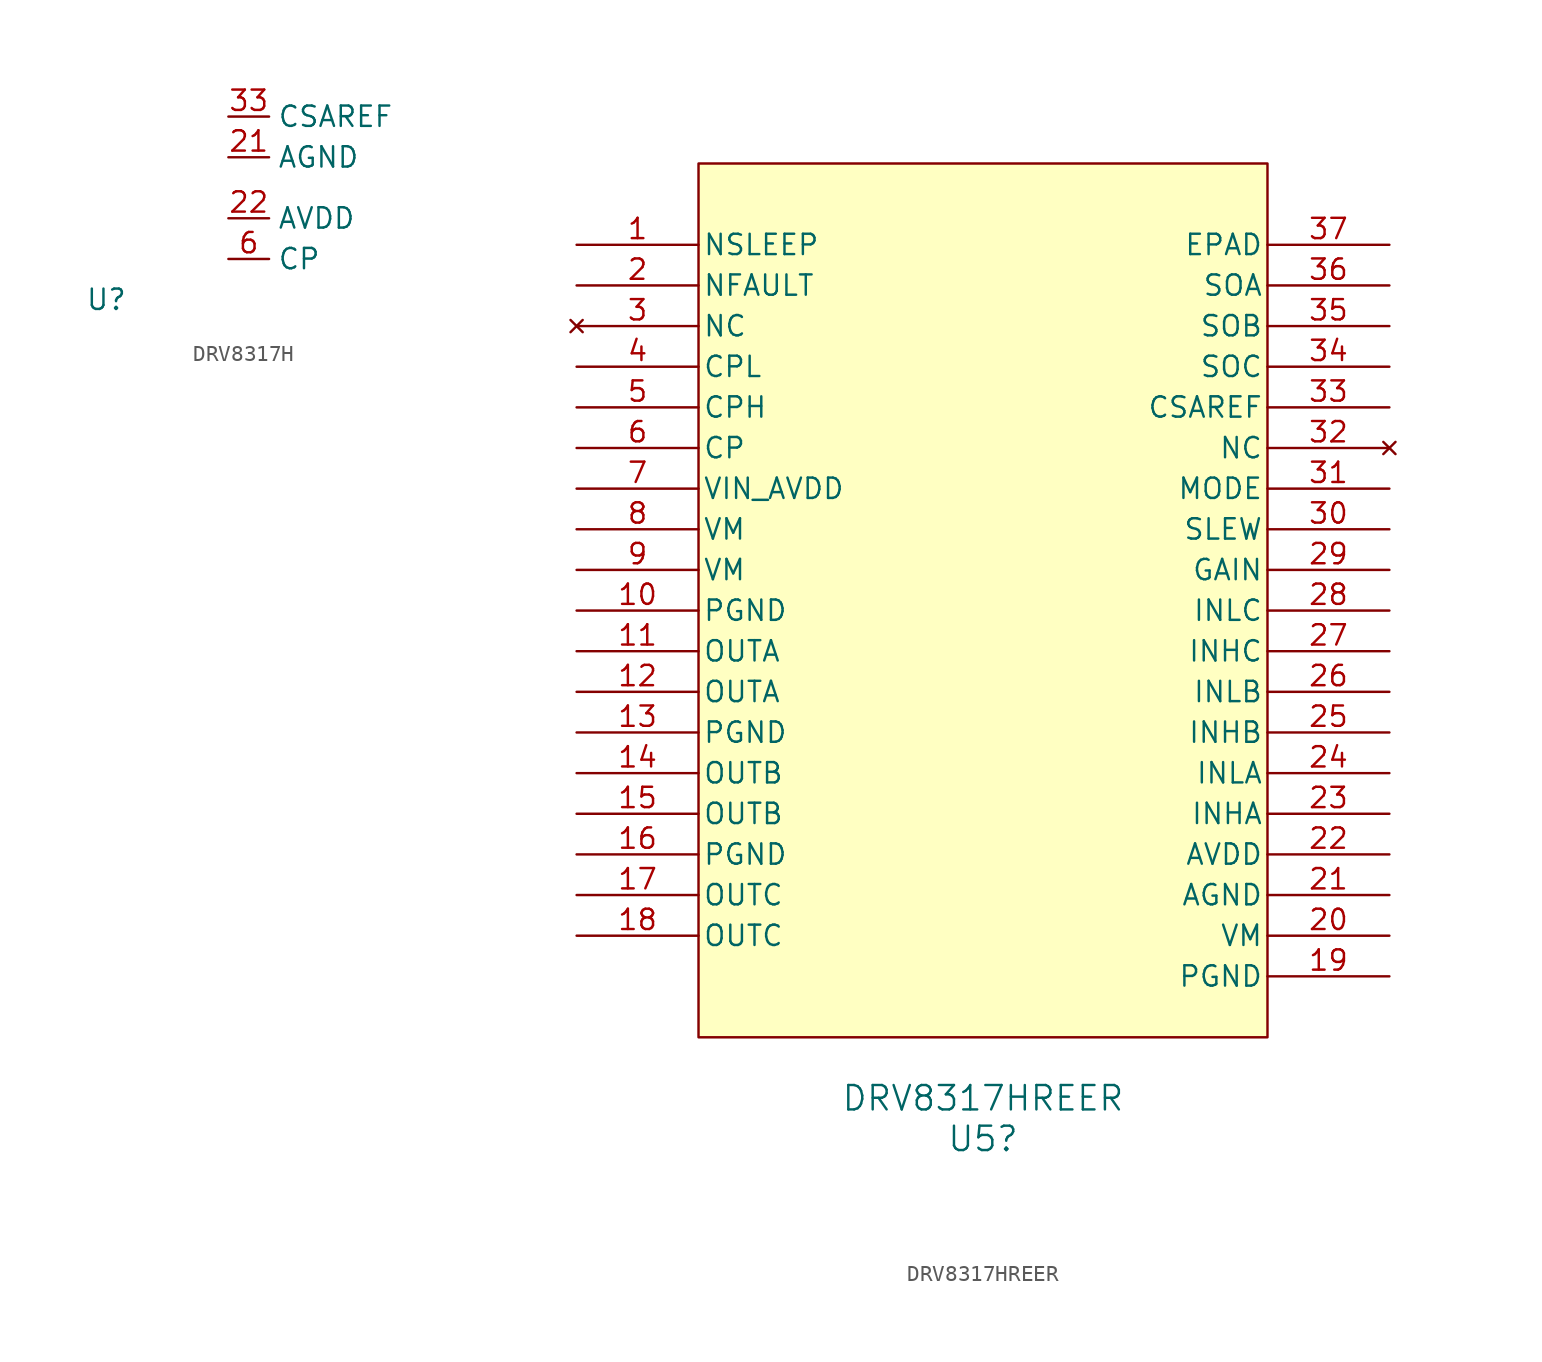
<source format=kicad_sym>
(kicad_symbol_lib
  (version 20241209)
  (generator "kicad_symbol_editor")
  (generator_version "9.0")
  (symbol "DRV8317H"
    (property "Reference" "U"
      (at 0 0 0)
      (effects (font (size 1.27 1.27))))
    (property "Value" ""
      (at 0 0 0)
      (effects (font (size 1.27 1.27))))
    (symbol "DRV8317H_1_1"
      (pin input line (at 7.62 11.43 0) (length 2.54) (name "CSAREF" (effects (font (size 1.27 1.27)))) (number "33" (effects (font (size 1.27 1.27)))))
      (pin unspecified line (at 7.62 8.89 0) (length 2.54) (name "AGND" (effects (font (size 1.27 1.27)))) (number "21" (effects (font (size 1.27 1.27)))))
      (pin output line (at 7.62 5.08 0) (length 2.54) (name "AVDD" (effects (font (size 1.27 1.27)))) (number "22" (effects (font (size 1.27 1.27)))))
      (pin output line (at 7.62 2.54 0) (length 2.54) (name "CP" (effects (font (size 1.27 1.27)))) (number "6" (effects (font (size 1.27 1.27)))))))
  (symbol "DRV8317HREER"
    (pin_names
      (offset 0.254))
    (property "Reference" "U5"
      (at 25.4 -55.88 0)
      (effects (font (size 1.524 1.524))))
    (property "Value" "DRV8317HREER"
      (at 25.4 -53.34 0)
      (effects (font (size 1.524 1.524))))
    (property "ki_locked" ""
      (at 0 0 0)
      (effects (font (size 1.27 1.27))))
    (symbol "DRV8317HREER_0_1"
      (pin input line (at 0 0 0) (length 7.62) (name "NSLEEP" (effects (font (size 1.27 1.27)))) (number "1" (effects (font (size 1.27 1.27)))))
      (pin output line (at 0 -2.54 0) (length 7.62) (name "NFAULT" (effects (font (size 1.27 1.27)))) (number "2" (effects (font (size 1.27 1.27)))))
      (pin no_connect line (at 0 -5.08 0) (length 7.62) (name "NC" (effects (font (size 1.27 1.27)))) (number "3" (effects (font (size 1.27 1.27)))))
      (pin unspecified line (at 0 -7.62 0) (length 7.62) (name "CPL" (effects (font (size 1.27 1.27)))) (number "4" (effects (font (size 1.27 1.27)))))
      (pin unspecified line (at 0 -10.16 0) (length 7.62) (name "CPH" (effects (font (size 1.27 1.27)))) (number "5" (effects (font (size 1.27 1.27)))))
      (pin unspecified line (at 0 -12.7 0) (length 7.62) (name "CP" (effects (font (size 1.27 1.27)))) (number "6" (effects (font (size 1.27 1.27)))))
      (pin output line (at 0 -25.4 0) (length 7.62) (name "OUTA" (effects (font (size 1.27 1.27)))) (number "11" (effects (font (size 1.27 1.27)))))
      (pin output line (at 0 -27.94 0) (length 7.62) (name "OUTA" (effects (font (size 1.27 1.27)))) (number "12" (effects (font (size 1.27 1.27)))))
      (pin output line (at 0 -33.02 0) (length 7.62) (name "OUTB" (effects (font (size 1.27 1.27)))) (number "14" (effects (font (size 1.27 1.27)))))
      (pin output line (at 0 -35.56 0) (length 7.62) (name "OUTB" (effects (font (size 1.27 1.27)))) (number "15" (effects (font (size 1.27 1.27)))))
      (pin output line (at 0 -40.64 0) (length 7.62) (name "OUTC" (effects (font (size 1.27 1.27)))) (number "17" (effects (font (size 1.27 1.27)))))
      (pin output line (at 0 -43.18 0) (length 7.62) (name "OUTC" (effects (font (size 1.27 1.27)))) (number "18" (effects (font (size 1.27 1.27)))))
      (pin output line (at 50.8 -2.54 180) (length 7.62) (name "SOA" (effects (font (size 1.27 1.27)))) (number "36" (effects (font (size 1.27 1.27)))))
      (pin output line (at 50.8 -5.08 180) (length 7.62) (name "SOB" (effects (font (size 1.27 1.27)))) (number "35" (effects (font (size 1.27 1.27)))))
      (pin output line (at 50.8 -7.62 180) (length 7.62) (name "SOC" (effects (font (size 1.27 1.27)))) (number "34" (effects (font (size 1.27 1.27)))))
      (pin unspecified line (at 50.8 -10.16 180) (length 7.62) (name "CSAREF" (effects (font (size 1.27 1.27)))) (number "33" (effects (font (size 1.27 1.27)))))
      (pin no_connect line (at 50.8 -12.7 180) (length 7.62) (name "NC" (effects (font (size 1.27 1.27)))) (number "32" (effects (font (size 1.27 1.27)))))
      (pin input line (at 50.8 -15.24 180) (length 7.62) (name "MODE" (effects (font (size 1.27 1.27)))) (number "31" (effects (font (size 1.27 1.27)))))
      (pin input line (at 50.8 -17.78 180) (length 7.62) (name "SLEW" (effects (font (size 1.27 1.27)))) (number "30" (effects (font (size 1.27 1.27)))))
      (pin input line (at 50.8 -20.32 180) (length 7.62) (name "GAIN" (effects (font (size 1.27 1.27)))) (number "29" (effects (font (size 1.27 1.27)))))
      (pin input line (at 50.8 -22.86 180) (length 7.62) (name "INLC" (effects (font (size 1.27 1.27)))) (number "28" (effects (font (size 1.27 1.27)))))
      (pin input line (at 50.8 -25.4 180) (length 7.62) (name "INHC" (effects (font (size 1.27 1.27)))) (number "27" (effects (font (size 1.27 1.27)))))
      (pin input line (at 50.8 -27.94 180) (length 7.62) (name "INLB" (effects (font (size 1.27 1.27)))) (number "26" (effects (font (size 1.27 1.27)))))
      (pin input line (at 50.8 -30.48 180) (length 7.62) (name "INHB" (effects (font (size 1.27 1.27)))) (number "25" (effects (font (size 1.27 1.27)))))
      (pin input line (at 50.8 -33.02 180) (length 7.62) (name "INLA" (effects (font (size 1.27 1.27)))) (number "24" (effects (font (size 1.27 1.27)))))
      (pin input line (at 50.8 -35.56 180) (length 7.62) (name "INHA" (effects (font (size 1.27 1.27)))) (number "23" (effects (font (size 1.27 1.27))))))
    (symbol "DRV8317HREER_1_1"
      (rectangle (start 7.62 5.08) (end 43.18 -49.53) (stroke (width 0) (type solid)) (fill (type background)))
      (pin power_in line (at 0 -15.24 0) (length 7.62) (name "VIN_AVDD" (effects (font (size 1.27 1.27)))) (number "7" (effects (font (size 1.27 1.27)))))
      (pin power_in line (at 0 -17.78 0) (length 7.62) (name "VM" (effects (font (size 1.27 1.27)))) (number "8" (effects (font (size 1.27 1.27)))))
      (pin power_in line (at 0 -20.32 0) (length 7.62) (name "VM" (effects (font (size 1.27 1.27)))) (number "9" (effects (font (size 1.27 1.27)))))
      (pin power_in line (at 0 -22.86 0) (length 7.62) (name "PGND" (effects (font (size 1.27 1.27)))) (number "10" (effects (font (size 1.27 1.27)))))
      (pin power_in line (at 0 -30.48 0) (length 7.62) (name "PGND" (effects (font (size 1.27 1.27)))) (number "13" (effects (font (size 1.27 1.27)))))
      (pin power_in line (at 0 -38.1 0) (length 7.62) (name "PGND" (effects (font (size 1.27 1.27)))) (number "16" (effects (font (size 1.27 1.27)))))
      (pin power_in line (at 50.8 0 180) (length 7.62) (name "EPAD" (effects (font (size 1.27 1.27)))) (number "37" (effects (font (size 1.27 1.27)))))
      (pin power_out line (at 50.8 -38.1 180) (length 7.62) (name "AVDD" (effects (font (size 1.27 1.27)))) (number "22" (effects (font (size 1.27 1.27)))))
      (pin power_in line (at 50.8 -40.64 180) (length 7.62) (name "AGND" (effects (font (size 1.27 1.27)))) (number "21" (effects (font (size 1.27 1.27)))))
      (pin power_in line (at 50.8 -43.18 180) (length 7.62) (name "VM" (effects (font (size 1.27 1.27)))) (number "20" (effects (font (size 1.27 1.27)))))
      (pin power_in line (at 50.8 -45.72 180) (length 7.62) (name "PGND" (effects (font (size 1.27 1.27)))) (number "19" (effects (font (size 1.27 1.27))))))))
</source>
